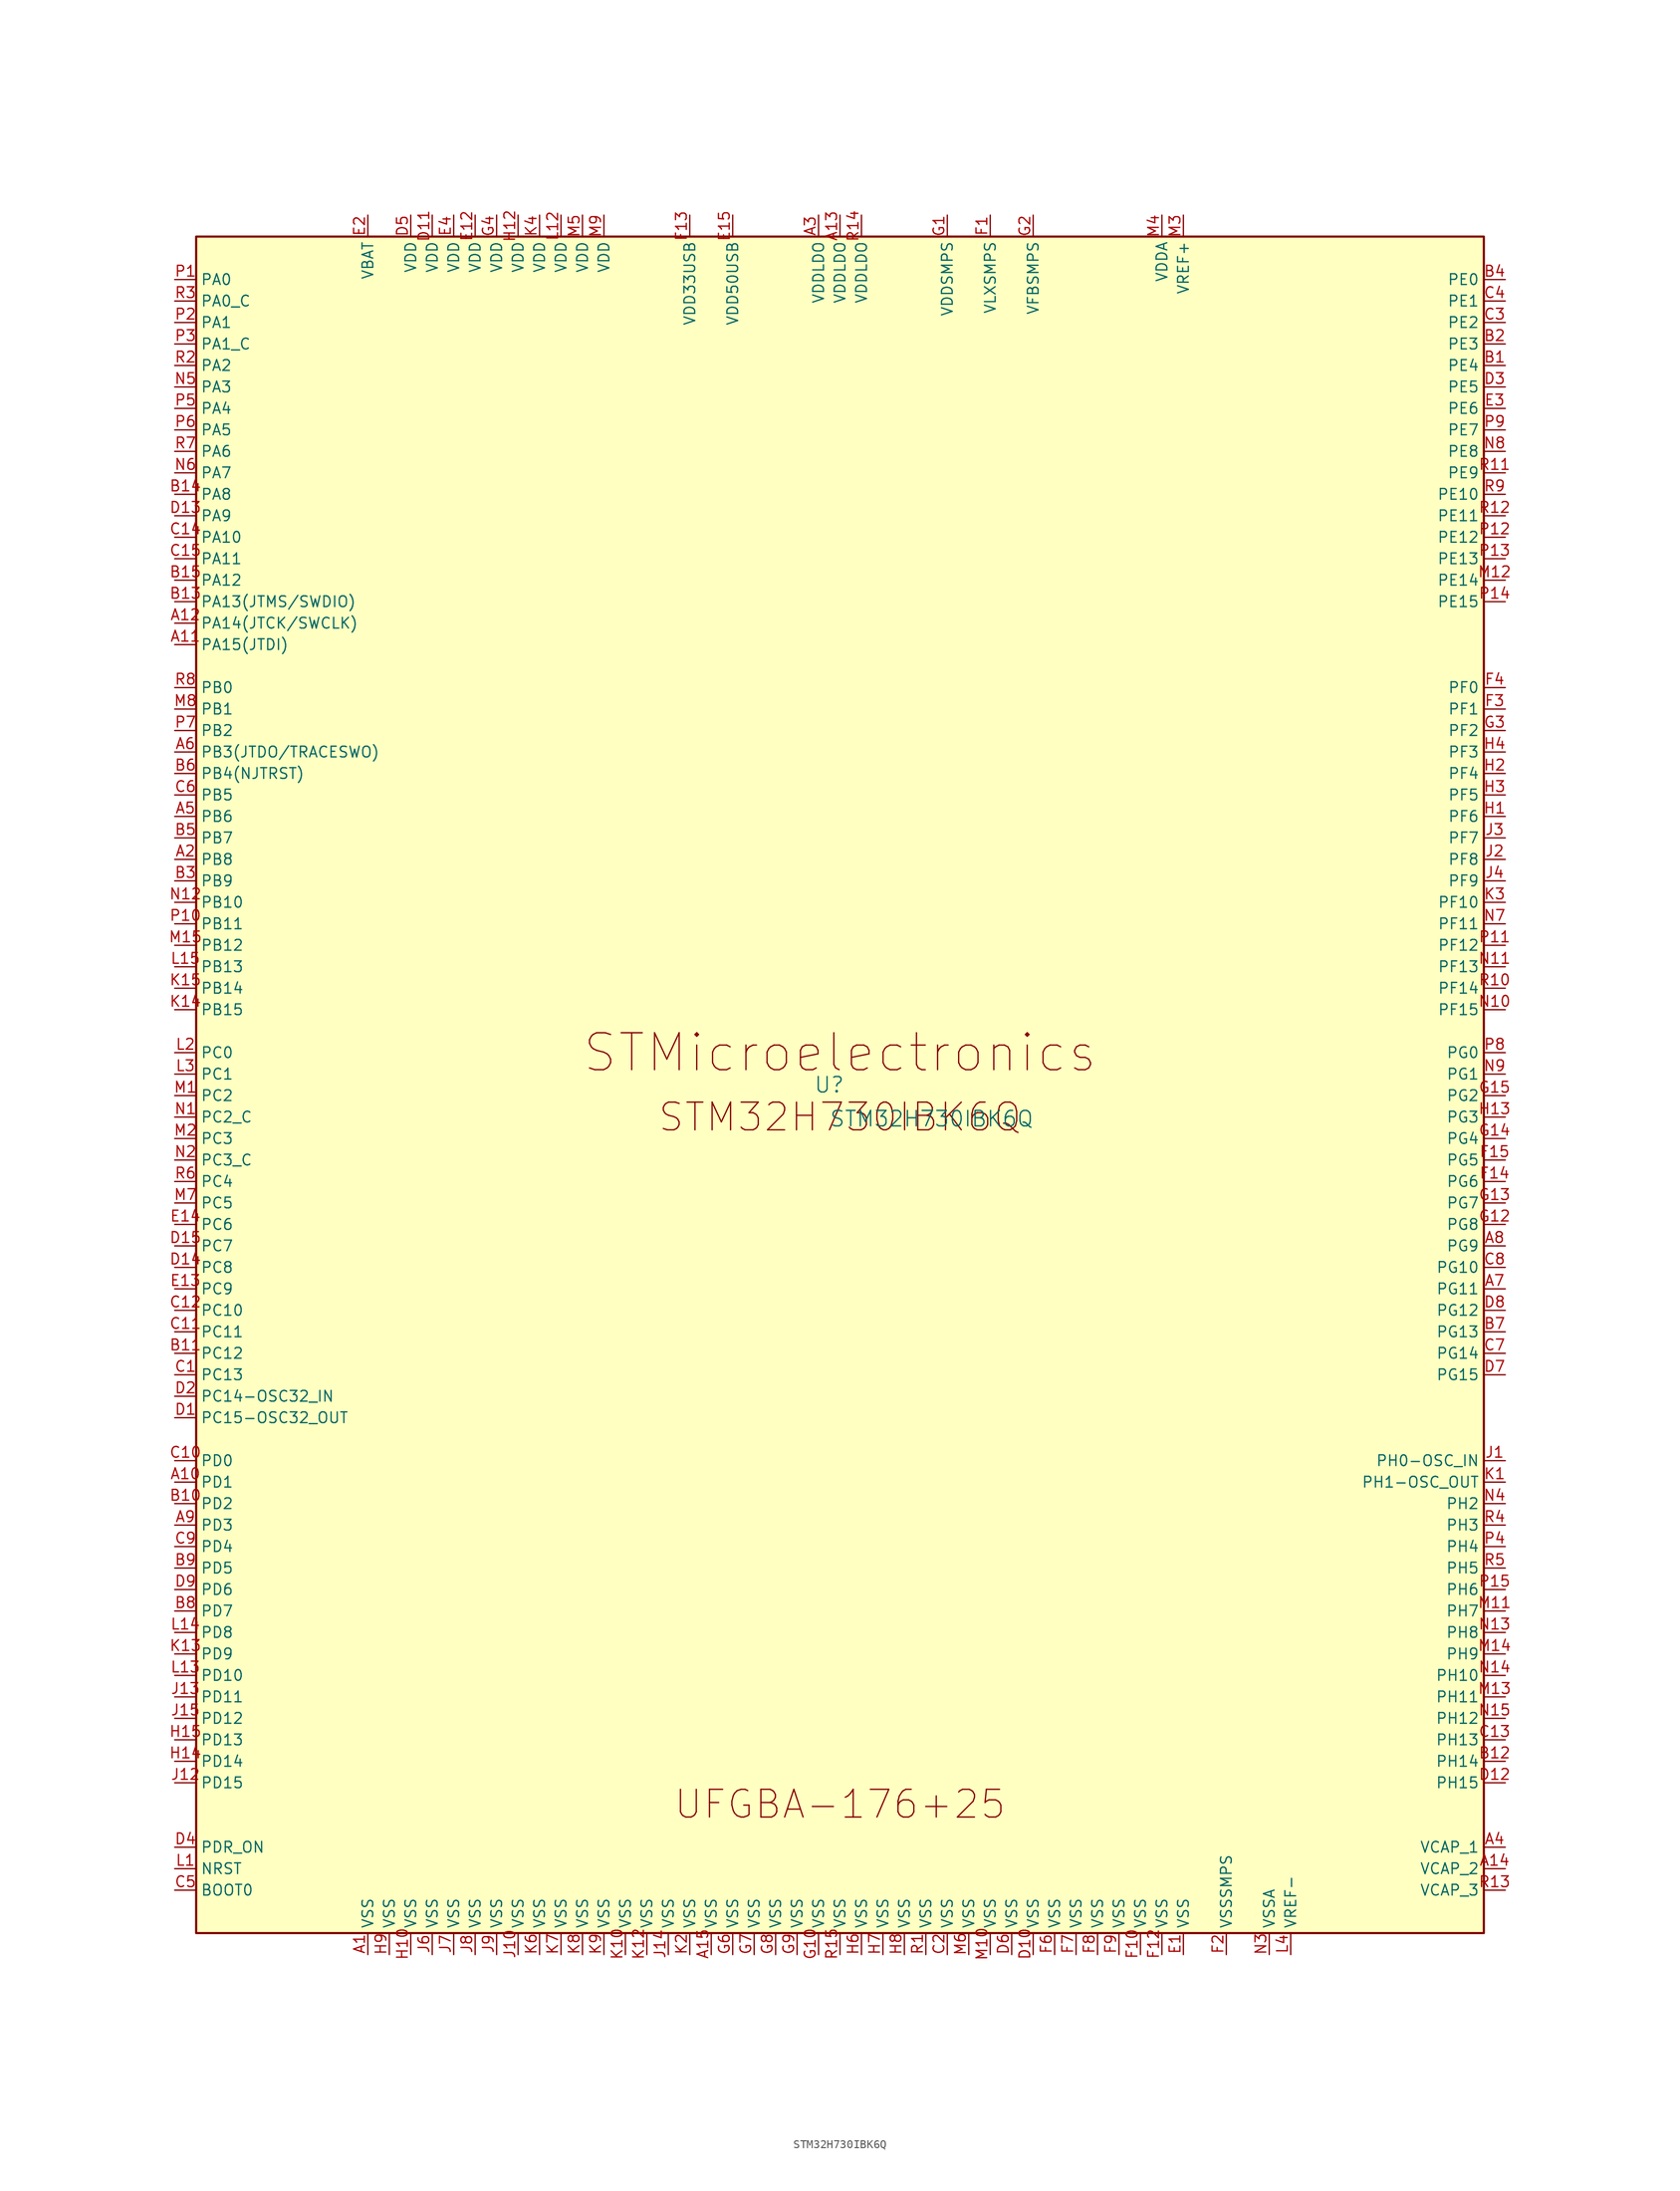
<source format=kicad_sym>
(kicad_symbol_lib
  (version 20231120)
  (generator "kicad_symbol_editor")
  (generator_version "8.0")
  (symbol "STM32H730IBK6Q"
    (property "Reference" "U"
      (at -1.27 1.27 0)
      (effects (font (size 1.829 1.829))))
    (property "Value" "STM32H730IBK6Q"
      (at -1.27 -3.81 0)
      (effects (font (size 1.829 1.829)) (justify left bottom)))
    (symbol "STM32H730IBK6Q_1_0"
      (rectangle (start 76.2 101.6) (end -76.2 -99.06) (stroke (width 0.254) (type solid) (color 128 0 0 1)) (fill (type background)))
      (text "STM32H730IBK6Q" (at 0 -2.54 0) (effects (font (size 3.277 3.277))))
      (text "STMicroelectronics" (at 0 5.08 0) (effects (font (size 4.369 4.369))))
      (text "UFGBA-176+25" (at 0 -83.82 0) (effects (font (size 3.277 3.277))))
      (pin passive line (at -55.88 -101.6 90) (length 2.54) (name "VSS" (effects (font (size 1.27 1.27)))) (number "A1" (effects (font (size 1.27 1.27)))))
      (pin passive line (at -78.74 -45.72 0) (length 2.54) (name "PD1" (effects (font (size 1.27 1.27)))) (number "A10" (effects (font (size 1.27 1.27)))))
      (pin passive line (at -78.74 53.34 0) (length 2.54) (name "PA15(JTDI)" (effects (font (size 1.27 1.27)))) (number "A11" (effects (font (size 1.27 1.27)))))
      (pin passive line (at -78.74 55.88 0) (length 2.54) (name "PA14(JTCK/SWCLK)" (effects (font (size 1.27 1.27)))) (number "A12" (effects (font (size 1.27 1.27)))))
      (pin passive line (at 0 104.14 270) (length 2.54) (name "VDDLDO" (effects (font (size 1.27 1.27)))) (number "A13" (effects (font (size 1.27 1.27)))))
      (pin passive line (at 78.74 -91.44 180) (length 2.54) (name "VCAP_2" (effects (font (size 1.27 1.27)))) (number "A14" (effects (font (size 1.27 1.27)))))
      (pin passive line (at -15.24 -101.6 90) (length 2.54) (name "VSS" (effects (font (size 1.27 1.27)))) (number "A15" (effects (font (size 1.27 1.27)))))
      (pin passive line (at -78.74 27.94 0) (length 2.54) (name "PB8" (effects (font (size 1.27 1.27)))) (number "A2" (effects (font (size 1.27 1.27)))))
      (pin passive line (at -2.54 104.14 270) (length 2.54) (name "VDDLDO" (effects (font (size 1.27 1.27)))) (number "A3" (effects (font (size 1.27 1.27)))))
      (pin passive line (at 78.74 -88.9 180) (length 2.54) (name "VCAP_1" (effects (font (size 1.27 1.27)))) (number "A4" (effects (font (size 1.27 1.27)))))
      (pin passive line (at -78.74 33.02 0) (length 2.54) (name "PB6" (effects (font (size 1.27 1.27)))) (number "A5" (effects (font (size 1.27 1.27)))))
      (pin passive line (at -78.74 40.64 0) (length 2.54) (name "PB3(JTDO/TRACESWO)" (effects (font (size 1.27 1.27)))) (number "A6" (effects (font (size 1.27 1.27)))))
      (pin passive line (at 78.74 -22.86 180) (length 2.54) (name "PG11" (effects (font (size 1.27 1.27)))) (number "A7" (effects (font (size 1.27 1.27)))))
      (pin passive line (at 78.74 -17.78 180) (length 2.54) (name "PG9" (effects (font (size 1.27 1.27)))) (number "A8" (effects (font (size 1.27 1.27)))))
      (pin passive line (at -78.74 -50.8 0) (length 2.54) (name "PD3" (effects (font (size 1.27 1.27)))) (number "A9" (effects (font (size 1.27 1.27)))))
      (pin passive line (at 78.74 86.36 180) (length 2.54) (name "PE4" (effects (font (size 1.27 1.27)))) (number "B1" (effects (font (size 1.27 1.27)))))
      (pin passive line (at -78.74 -48.26 0) (length 2.54) (name "PD2" (effects (font (size 1.27 1.27)))) (number "B10" (effects (font (size 1.27 1.27)))))
      (pin passive line (at -78.74 -30.48 0) (length 2.54) (name "PC12" (effects (font (size 1.27 1.27)))) (number "B11" (effects (font (size 1.27 1.27)))))
      (pin passive line (at 78.74 -78.74 180) (length 2.54) (name "PH14" (effects (font (size 1.27 1.27)))) (number "B12" (effects (font (size 1.27 1.27)))))
      (pin passive line (at -78.74 58.42 0) (length 2.54) (name "PA13(JTMS/SWDIO)" (effects (font (size 1.27 1.27)))) (number "B13" (effects (font (size 1.27 1.27)))))
      (pin passive line (at -78.74 71.12 0) (length 2.54) (name "PA8" (effects (font (size 1.27 1.27)))) (number "B14" (effects (font (size 1.27 1.27)))))
      (pin passive line (at -78.74 60.96 0) (length 2.54) (name "PA12" (effects (font (size 1.27 1.27)))) (number "B15" (effects (font (size 1.27 1.27)))))
      (pin passive line (at 78.74 88.9 180) (length 2.54) (name "PE3" (effects (font (size 1.27 1.27)))) (number "B2" (effects (font (size 1.27 1.27)))))
      (pin passive line (at -78.74 25.4 0) (length 2.54) (name "PB9" (effects (font (size 1.27 1.27)))) (number "B3" (effects (font (size 1.27 1.27)))))
      (pin passive line (at 78.74 96.52 180) (length 2.54) (name "PE0" (effects (font (size 1.27 1.27)))) (number "B4" (effects (font (size 1.27 1.27)))))
      (pin passive line (at -78.74 30.48 0) (length 2.54) (name "PB7" (effects (font (size 1.27 1.27)))) (number "B5" (effects (font (size 1.27 1.27)))))
      (pin passive line (at -78.74 38.1 0) (length 2.54) (name "PB4(NJTRST)" (effects (font (size 1.27 1.27)))) (number "B6" (effects (font (size 1.27 1.27)))))
      (pin passive line (at 78.74 -27.94 180) (length 2.54) (name "PG13" (effects (font (size 1.27 1.27)))) (number "B7" (effects (font (size 1.27 1.27)))))
      (pin passive line (at -78.74 -60.96 0) (length 2.54) (name "PD7" (effects (font (size 1.27 1.27)))) (number "B8" (effects (font (size 1.27 1.27)))))
      (pin passive line (at -78.74 -55.88 0) (length 2.54) (name "PD5" (effects (font (size 1.27 1.27)))) (number "B9" (effects (font (size 1.27 1.27)))))
      (pin passive line (at -78.74 -33.02 0) (length 2.54) (name "PC13" (effects (font (size 1.27 1.27)))) (number "C1" (effects (font (size 1.27 1.27)))))
      (pin passive line (at -78.74 -43.18 0) (length 2.54) (name "PD0" (effects (font (size 1.27 1.27)))) (number "C10" (effects (font (size 1.27 1.27)))))
      (pin passive line (at -78.74 -27.94 0) (length 2.54) (name "PC11" (effects (font (size 1.27 1.27)))) (number "C11" (effects (font (size 1.27 1.27)))))
      (pin passive line (at -78.74 -25.4 0) (length 2.54) (name "PC10" (effects (font (size 1.27 1.27)))) (number "C12" (effects (font (size 1.27 1.27)))))
      (pin passive line (at 78.74 -76.2 180) (length 2.54) (name "PH13" (effects (font (size 1.27 1.27)))) (number "C13" (effects (font (size 1.27 1.27)))))
      (pin passive line (at -78.74 66.04 0) (length 2.54) (name "PA10" (effects (font (size 1.27 1.27)))) (number "C14" (effects (font (size 1.27 1.27)))))
      (pin passive line (at -78.74 63.5 0) (length 2.54) (name "PA11" (effects (font (size 1.27 1.27)))) (number "C15" (effects (font (size 1.27 1.27)))))
      (pin passive line (at 12.7 -101.6 90) (length 2.54) (name "VSS" (effects (font (size 1.27 1.27)))) (number "C2" (effects (font (size 1.27 1.27)))))
      (pin passive line (at 78.74 91.44 180) (length 2.54) (name "PE2" (effects (font (size 1.27 1.27)))) (number "C3" (effects (font (size 1.27 1.27)))))
      (pin passive line (at 78.74 93.98 180) (length 2.54) (name "PE1" (effects (font (size 1.27 1.27)))) (number "C4" (effects (font (size 1.27 1.27)))))
      (pin passive line (at -78.74 -93.98 0) (length 2.54) (name "BOOT0" (effects (font (size 1.27 1.27)))) (number "C5" (effects (font (size 1.27 1.27)))))
      (pin passive line (at -78.74 35.56 0) (length 2.54) (name "PB5" (effects (font (size 1.27 1.27)))) (number "C6" (effects (font (size 1.27 1.27)))))
      (pin passive line (at 78.74 -30.48 180) (length 2.54) (name "PG14" (effects (font (size 1.27 1.27)))) (number "C7" (effects (font (size 1.27 1.27)))))
      (pin passive line (at 78.74 -20.32 180) (length 2.54) (name "PG10" (effects (font (size 1.27 1.27)))) (number "C8" (effects (font (size 1.27 1.27)))))
      (pin passive line (at -78.74 -53.34 0) (length 2.54) (name "PD4" (effects (font (size 1.27 1.27)))) (number "C9" (effects (font (size 1.27 1.27)))))
      (pin passive line (at -78.74 -38.1 0) (length 2.54) (name "PC15-OSC32_OUT" (effects (font (size 1.27 1.27)))) (number "D1" (effects (font (size 1.27 1.27)))))
      (pin passive line (at 22.86 -101.6 90) (length 2.54) (name "VSS" (effects (font (size 1.27 1.27)))) (number "D10" (effects (font (size 1.27 1.27)))))
      (pin passive line (at -48.26 104.14 270) (length 2.54) (name "VDD" (effects (font (size 1.27 1.27)))) (number "D11" (effects (font (size 1.27 1.27)))))
      (pin passive line (at 78.74 -81.28 180) (length 2.54) (name "PH15" (effects (font (size 1.27 1.27)))) (number "D12" (effects (font (size 1.27 1.27)))))
      (pin passive line (at -78.74 68.58 0) (length 2.54) (name "PA9" (effects (font (size 1.27 1.27)))) (number "D13" (effects (font (size 1.27 1.27)))))
      (pin passive line (at -78.74 -20.32 0) (length 2.54) (name "PC8" (effects (font (size 1.27 1.27)))) (number "D14" (effects (font (size 1.27 1.27)))))
      (pin passive line (at -78.74 -17.78 0) (length 2.54) (name "PC7" (effects (font (size 1.27 1.27)))) (number "D15" (effects (font (size 1.27 1.27)))))
      (pin passive line (at -78.74 -35.56 0) (length 2.54) (name "PC14-OSC32_IN" (effects (font (size 1.27 1.27)))) (number "D2" (effects (font (size 1.27 1.27)))))
      (pin passive line (at 78.74 83.82 180) (length 2.54) (name "PE5" (effects (font (size 1.27 1.27)))) (number "D3" (effects (font (size 1.27 1.27)))))
      (pin passive line (at -78.74 -88.9 0) (length 2.54) (name "PDR_ON" (effects (font (size 1.27 1.27)))) (number "D4" (effects (font (size 1.27 1.27)))))
      (pin passive line (at -50.8 104.14 270) (length 2.54) (name "VDD" (effects (font (size 1.27 1.27)))) (number "D5" (effects (font (size 1.27 1.27)))))
      (pin passive line (at 20.32 -101.6 90) (length 2.54) (name "VSS" (effects (font (size 1.27 1.27)))) (number "D6" (effects (font (size 1.27 1.27)))))
      (pin passive line (at 78.74 -33.02 180) (length 2.54) (name "PG15" (effects (font (size 1.27 1.27)))) (number "D7" (effects (font (size 1.27 1.27)))))
      (pin passive line (at 78.74 -25.4 180) (length 2.54) (name "PG12" (effects (font (size 1.27 1.27)))) (number "D8" (effects (font (size 1.27 1.27)))))
      (pin passive line (at -78.74 -58.42 0) (length 2.54) (name "PD6" (effects (font (size 1.27 1.27)))) (number "D9" (effects (font (size 1.27 1.27)))))
      (pin passive line (at 40.64 -101.6 90) (length 2.54) (name "VSS" (effects (font (size 1.27 1.27)))) (number "E1" (effects (font (size 1.27 1.27)))))
      (pin passive line (at -43.18 104.14 270) (length 2.54) (name "VDD" (effects (font (size 1.27 1.27)))) (number "E12" (effects (font (size 1.27 1.27)))))
      (pin passive line (at -78.74 -22.86 0) (length 2.54) (name "PC9" (effects (font (size 1.27 1.27)))) (number "E13" (effects (font (size 1.27 1.27)))))
      (pin passive line (at -78.74 -15.24 0) (length 2.54) (name "PC6" (effects (font (size 1.27 1.27)))) (number "E14" (effects (font (size 1.27 1.27)))))
      (pin passive line (at -12.7 104.14 270) (length 2.54) (name "VDD50USB" (effects (font (size 1.27 1.27)))) (number "E15" (effects (font (size 1.27 1.27)))))
      (pin passive line (at -55.88 104.14 270) (length 2.54) (name "VBAT" (effects (font (size 1.27 1.27)))) (number "E2" (effects (font (size 1.27 1.27)))))
      (pin passive line (at 78.74 81.28 180) (length 2.54) (name "PE6" (effects (font (size 1.27 1.27)))) (number "E3" (effects (font (size 1.27 1.27)))))
      (pin passive line (at -45.72 104.14 270) (length 2.54) (name "VDD" (effects (font (size 1.27 1.27)))) (number "E4" (effects (font (size 1.27 1.27)))))
      (pin passive line (at 17.78 104.14 270) (length 2.54) (name "VLXSMPS" (effects (font (size 1.27 1.27)))) (number "F1" (effects (font (size 1.27 1.27)))))
      (pin passive line (at 35.56 -101.6 90) (length 2.54) (name "VSS" (effects (font (size 1.27 1.27)))) (number "F10" (effects (font (size 1.27 1.27)))))
      (pin passive line (at 38.1 -101.6 90) (length 2.54) (name "VSS" (effects (font (size 1.27 1.27)))) (number "F12" (effects (font (size 1.27 1.27)))))
      (pin passive line (at -17.78 104.14 270) (length 2.54) (name "VDD33USB" (effects (font (size 1.27 1.27)))) (number "F13" (effects (font (size 1.27 1.27)))))
      (pin passive line (at 78.74 -10.16 180) (length 2.54) (name "PG6" (effects (font (size 1.27 1.27)))) (number "F14" (effects (font (size 1.27 1.27)))))
      (pin passive line (at 78.74 -7.62 180) (length 2.54) (name "PG5" (effects (font (size 1.27 1.27)))) (number "F15" (effects (font (size 1.27 1.27)))))
      (pin passive line (at 45.72 -101.6 90) (length 2.54) (name "VSSSMPS" (effects (font (size 1.27 1.27)))) (number "F2" (effects (font (size 1.27 1.27)))))
      (pin passive line (at 78.74 45.72 180) (length 2.54) (name "PF1" (effects (font (size 1.27 1.27)))) (number "F3" (effects (font (size 1.27 1.27)))))
      (pin passive line (at 78.74 48.26 180) (length 2.54) (name "PF0" (effects (font (size 1.27 1.27)))) (number "F4" (effects (font (size 1.27 1.27)))))
      (pin passive line (at 25.4 -101.6 90) (length 2.54) (name "VSS" (effects (font (size 1.27 1.27)))) (number "F6" (effects (font (size 1.27 1.27)))))
      (pin passive line (at 27.94 -101.6 90) (length 2.54) (name "VSS" (effects (font (size 1.27 1.27)))) (number "F7" (effects (font (size 1.27 1.27)))))
      (pin passive line (at 30.48 -101.6 90) (length 2.54) (name "VSS" (effects (font (size 1.27 1.27)))) (number "F8" (effects (font (size 1.27 1.27)))))
      (pin passive line (at 33.02 -101.6 90) (length 2.54) (name "VSS" (effects (font (size 1.27 1.27)))) (number "F9" (effects (font (size 1.27 1.27)))))
      (pin passive line (at 12.7 104.14 270) (length 2.54) (name "VDDSMPS" (effects (font (size 1.27 1.27)))) (number "G1" (effects (font (size 1.27 1.27)))))
      (pin passive line (at -2.54 -101.6 90) (length 2.54) (name "VSS" (effects (font (size 1.27 1.27)))) (number "G10" (effects (font (size 1.27 1.27)))))
      (pin passive line (at 78.74 -15.24 180) (length 2.54) (name "PG8" (effects (font (size 1.27 1.27)))) (number "G12" (effects (font (size 1.27 1.27)))))
      (pin passive line (at 78.74 -12.7 180) (length 2.54) (name "PG7" (effects (font (size 1.27 1.27)))) (number "G13" (effects (font (size 1.27 1.27)))))
      (pin passive line (at 78.74 -5.08 180) (length 2.54) (name "PG4" (effects (font (size 1.27 1.27)))) (number "G14" (effects (font (size 1.27 1.27)))))
      (pin passive line (at 78.74 0 180) (length 2.54) (name "PG2" (effects (font (size 1.27 1.27)))) (number "G15" (effects (font (size 1.27 1.27)))))
      (pin passive line (at 22.86 104.14 270) (length 2.54) (name "VFBSMPS" (effects (font (size 1.27 1.27)))) (number "G2" (effects (font (size 1.27 1.27)))))
      (pin passive line (at 78.74 43.18 180) (length 2.54) (name "PF2" (effects (font (size 1.27 1.27)))) (number "G3" (effects (font (size 1.27 1.27)))))
      (pin passive line (at -40.64 104.14 270) (length 2.54) (name "VDD" (effects (font (size 1.27 1.27)))) (number "G4" (effects (font (size 1.27 1.27)))))
      (pin passive line (at -12.7 -101.6 90) (length 2.54) (name "VSS" (effects (font (size 1.27 1.27)))) (number "G6" (effects (font (size 1.27 1.27)))))
      (pin passive line (at -10.16 -101.6 90) (length 2.54) (name "VSS" (effects (font (size 1.27 1.27)))) (number "G7" (effects (font (size 1.27 1.27)))))
      (pin passive line (at -7.62 -101.6 90) (length 2.54) (name "VSS" (effects (font (size 1.27 1.27)))) (number "G8" (effects (font (size 1.27 1.27)))))
      (pin passive line (at -5.08 -101.6 90) (length 2.54) (name "VSS" (effects (font (size 1.27 1.27)))) (number "G9" (effects (font (size 1.27 1.27)))))
      (pin passive line (at 78.74 33.02 180) (length 2.54) (name "PF6" (effects (font (size 1.27 1.27)))) (number "H1" (effects (font (size 1.27 1.27)))))
      (pin passive line (at -50.8 -101.6 90) (length 2.54) (name "VSS" (effects (font (size 1.27 1.27)))) (number "H10" (effects (font (size 1.27 1.27)))))
      (pin passive line (at -38.1 104.14 270) (length 2.54) (name "VDD" (effects (font (size 1.27 1.27)))) (number "H12" (effects (font (size 1.27 1.27)))))
      (pin passive line (at 78.74 -2.54 180) (length 2.54) (name "PG3" (effects (font (size 1.27 1.27)))) (number "H13" (effects (font (size 1.27 1.27)))))
      (pin passive line (at -78.74 -78.74 0) (length 2.54) (name "PD14" (effects (font (size 1.27 1.27)))) (number "H14" (effects (font (size 1.27 1.27)))))
      (pin passive line (at -78.74 -76.2 0) (length 2.54) (name "PD13" (effects (font (size 1.27 1.27)))) (number "H15" (effects (font (size 1.27 1.27)))))
      (pin passive line (at 78.74 38.1 180) (length 2.54) (name "PF4" (effects (font (size 1.27 1.27)))) (number "H2" (effects (font (size 1.27 1.27)))))
      (pin passive line (at 78.74 35.56 180) (length 2.54) (name "PF5" (effects (font (size 1.27 1.27)))) (number "H3" (effects (font (size 1.27 1.27)))))
      (pin passive line (at 78.74 40.64 180) (length 2.54) (name "PF3" (effects (font (size 1.27 1.27)))) (number "H4" (effects (font (size 1.27 1.27)))))
      (pin passive line (at 2.54 -101.6 90) (length 2.54) (name "VSS" (effects (font (size 1.27 1.27)))) (number "H6" (effects (font (size 1.27 1.27)))))
      (pin passive line (at 5.08 -101.6 90) (length 2.54) (name "VSS" (effects (font (size 1.27 1.27)))) (number "H7" (effects (font (size 1.27 1.27)))))
      (pin passive line (at 7.62 -101.6 90) (length 2.54) (name "VSS" (effects (font (size 1.27 1.27)))) (number "H8" (effects (font (size 1.27 1.27)))))
      (pin passive line (at -53.34 -101.6 90) (length 2.54) (name "VSS" (effects (font (size 1.27 1.27)))) (number "H9" (effects (font (size 1.27 1.27)))))
      (pin passive line (at 78.74 -43.18 180) (length 2.54) (name "PH0-OSC_IN" (effects (font (size 1.27 1.27)))) (number "J1" (effects (font (size 1.27 1.27)))))
      (pin passive line (at -38.1 -101.6 90) (length 2.54) (name "VSS" (effects (font (size 1.27 1.27)))) (number "J10" (effects (font (size 1.27 1.27)))))
      (pin passive line (at -78.74 -81.28 0) (length 2.54) (name "PD15" (effects (font (size 1.27 1.27)))) (number "J12" (effects (font (size 1.27 1.27)))))
      (pin passive line (at -78.74 -71.12 0) (length 2.54) (name "PD11" (effects (font (size 1.27 1.27)))) (number "J13" (effects (font (size 1.27 1.27)))))
      (pin passive line (at -20.32 -101.6 90) (length 2.54) (name "VSS" (effects (font (size 1.27 1.27)))) (number "J14" (effects (font (size 1.27 1.27)))))
      (pin passive line (at -78.74 -73.66 0) (length 2.54) (name "PD12" (effects (font (size 1.27 1.27)))) (number "J15" (effects (font (size 1.27 1.27)))))
      (pin passive line (at 78.74 27.94 180) (length 2.54) (name "PF8" (effects (font (size 1.27 1.27)))) (number "J2" (effects (font (size 1.27 1.27)))))
      (pin passive line (at 78.74 30.48 180) (length 2.54) (name "PF7" (effects (font (size 1.27 1.27)))) (number "J3" (effects (font (size 1.27 1.27)))))
      (pin passive line (at 78.74 25.4 180) (length 2.54) (name "PF9" (effects (font (size 1.27 1.27)))) (number "J4" (effects (font (size 1.27 1.27)))))
      (pin passive line (at -48.26 -101.6 90) (length 2.54) (name "VSS" (effects (font (size 1.27 1.27)))) (number "J6" (effects (font (size 1.27 1.27)))))
      (pin passive line (at -45.72 -101.6 90) (length 2.54) (name "VSS" (effects (font (size 1.27 1.27)))) (number "J7" (effects (font (size 1.27 1.27)))))
      (pin passive line (at -43.18 -101.6 90) (length 2.54) (name "VSS" (effects (font (size 1.27 1.27)))) (number "J8" (effects (font (size 1.27 1.27)))))
      (pin passive line (at -40.64 -101.6 90) (length 2.54) (name "VSS" (effects (font (size 1.27 1.27)))) (number "J9" (effects (font (size 1.27 1.27)))))
      (pin passive line (at 78.74 -45.72 180) (length 2.54) (name "PH1-OSC_OUT" (effects (font (size 1.27 1.27)))) (number "K1" (effects (font (size 1.27 1.27)))))
      (pin passive line (at -25.4 -101.6 90) (length 2.54) (name "VSS" (effects (font (size 1.27 1.27)))) (number "K10" (effects (font (size 1.27 1.27)))))
      (pin passive line (at -22.86 -101.6 90) (length 2.54) (name "VSS" (effects (font (size 1.27 1.27)))) (number "K12" (effects (font (size 1.27 1.27)))))
      (pin passive line (at -78.74 -66.04 0) (length 2.54) (name "PD9" (effects (font (size 1.27 1.27)))) (number "K13" (effects (font (size 1.27 1.27)))))
      (pin passive line (at -78.74 10.16 0) (length 2.54) (name "PB15" (effects (font (size 1.27 1.27)))) (number "K14" (effects (font (size 1.27 1.27)))))
      (pin passive line (at -78.74 12.7 0) (length 2.54) (name "PB14" (effects (font (size 1.27 1.27)))) (number "K15" (effects (font (size 1.27 1.27)))))
      (pin passive line (at -17.78 -101.6 90) (length 2.54) (name "VSS" (effects (font (size 1.27 1.27)))) (number "K2" (effects (font (size 1.27 1.27)))))
      (pin passive line (at 78.74 22.86 180) (length 2.54) (name "PF10" (effects (font (size 1.27 1.27)))) (number "K3" (effects (font (size 1.27 1.27)))))
      (pin passive line (at -35.56 104.14 270) (length 2.54) (name "VDD" (effects (font (size 1.27 1.27)))) (number "K4" (effects (font (size 1.27 1.27)))))
      (pin passive line (at -35.56 -101.6 90) (length 2.54) (name "VSS" (effects (font (size 1.27 1.27)))) (number "K6" (effects (font (size 1.27 1.27)))))
      (pin passive line (at -33.02 -101.6 90) (length 2.54) (name "VSS" (effects (font (size 1.27 1.27)))) (number "K7" (effects (font (size 1.27 1.27)))))
      (pin passive line (at -30.48 -101.6 90) (length 2.54) (name "VSS" (effects (font (size 1.27 1.27)))) (number "K8" (effects (font (size 1.27 1.27)))))
      (pin passive line (at -27.94 -101.6 90) (length 2.54) (name "VSS" (effects (font (size 1.27 1.27)))) (number "K9" (effects (font (size 1.27 1.27)))))
      (pin passive line (at -78.74 -91.44 0) (length 2.54) (name "NRST" (effects (font (size 1.27 1.27)))) (number "L1" (effects (font (size 1.27 1.27)))))
      (pin passive line (at -33.02 104.14 270) (length 2.54) (name "VDD" (effects (font (size 1.27 1.27)))) (number "L12" (effects (font (size 1.27 1.27)))))
      (pin passive line (at -78.74 -68.58 0) (length 2.54) (name "PD10" (effects (font (size 1.27 1.27)))) (number "L13" (effects (font (size 1.27 1.27)))))
      (pin passive line (at -78.74 -63.5 0) (length 2.54) (name "PD8" (effects (font (size 1.27 1.27)))) (number "L14" (effects (font (size 1.27 1.27)))))
      (pin passive line (at -78.74 15.24 0) (length 2.54) (name "PB13" (effects (font (size 1.27 1.27)))) (number "L15" (effects (font (size 1.27 1.27)))))
      (pin passive line (at -78.74 5.08 0) (length 2.54) (name "PC0" (effects (font (size 1.27 1.27)))) (number "L2" (effects (font (size 1.27 1.27)))))
      (pin passive line (at -78.74 2.54 0) (length 2.54) (name "PC1" (effects (font (size 1.27 1.27)))) (number "L3" (effects (font (size 1.27 1.27)))))
      (pin passive line (at 53.34 -101.6 90) (length 2.54) (name "VREF-" (effects (font (size 1.27 1.27)))) (number "L4" (effects (font (size 1.27 1.27)))))
      (pin passive line (at -78.74 0 0) (length 2.54) (name "PC2" (effects (font (size 1.27 1.27)))) (number "M1" (effects (font (size 1.27 1.27)))))
      (pin passive line (at 17.78 -101.6 90) (length 2.54) (name "VSS" (effects (font (size 1.27 1.27)))) (number "M10" (effects (font (size 1.27 1.27)))))
      (pin passive line (at 78.74 -60.96 180) (length 2.54) (name "PH7" (effects (font (size 1.27 1.27)))) (number "M11" (effects (font (size 1.27 1.27)))))
      (pin passive line (at 78.74 60.96 180) (length 2.54) (name "PE14" (effects (font (size 1.27 1.27)))) (number "M12" (effects (font (size 1.27 1.27)))))
      (pin passive line (at 78.74 -71.12 180) (length 2.54) (name "PH11" (effects (font (size 1.27 1.27)))) (number "M13" (effects (font (size 1.27 1.27)))))
      (pin passive line (at 78.74 -66.04 180) (length 2.54) (name "PH9" (effects (font (size 1.27 1.27)))) (number "M14" (effects (font (size 1.27 1.27)))))
      (pin passive line (at -78.74 17.78 0) (length 2.54) (name "PB12" (effects (font (size 1.27 1.27)))) (number "M15" (effects (font (size 1.27 1.27)))))
      (pin passive line (at -78.74 -5.08 0) (length 2.54) (name "PC3" (effects (font (size 1.27 1.27)))) (number "M2" (effects (font (size 1.27 1.27)))))
      (pin passive line (at 40.64 104.14 270) (length 2.54) (name "VREF+" (effects (font (size 1.27 1.27)))) (number "M3" (effects (font (size 1.27 1.27)))))
      (pin passive line (at 38.1 104.14 270) (length 2.54) (name "VDDA" (effects (font (size 1.27 1.27)))) (number "M4" (effects (font (size 1.27 1.27)))))
      (pin passive line (at -30.48 104.14 270) (length 2.54) (name "VDD" (effects (font (size 1.27 1.27)))) (number "M5" (effects (font (size 1.27 1.27)))))
      (pin passive line (at 15.24 -101.6 90) (length 2.54) (name "VSS" (effects (font (size 1.27 1.27)))) (number "M6" (effects (font (size 1.27 1.27)))))
      (pin passive line (at -78.74 -12.7 0) (length 2.54) (name "PC5" (effects (font (size 1.27 1.27)))) (number "M7" (effects (font (size 1.27 1.27)))))
      (pin passive line (at -78.74 45.72 0) (length 2.54) (name "PB1" (effects (font (size 1.27 1.27)))) (number "M8" (effects (font (size 1.27 1.27)))))
      (pin passive line (at -27.94 104.14 270) (length 2.54) (name "VDD" (effects (font (size 1.27 1.27)))) (number "M9" (effects (font (size 1.27 1.27)))))
      (pin passive line (at -78.74 -2.54 0) (length 2.54) (name "PC2_C" (effects (font (size 1.27 1.27)))) (number "N1" (effects (font (size 1.27 1.27)))))
      (pin passive line (at 78.74 10.16 180) (length 2.54) (name "PF15" (effects (font (size 1.27 1.27)))) (number "N10" (effects (font (size 1.27 1.27)))))
      (pin passive line (at 78.74 15.24 180) (length 2.54) (name "PF13" (effects (font (size 1.27 1.27)))) (number "N11" (effects (font (size 1.27 1.27)))))
      (pin passive line (at -78.74 22.86 0) (length 2.54) (name "PB10" (effects (font (size 1.27 1.27)))) (number "N12" (effects (font (size 1.27 1.27)))))
      (pin passive line (at 78.74 -63.5 180) (length 2.54) (name "PH8" (effects (font (size 1.27 1.27)))) (number "N13" (effects (font (size 1.27 1.27)))))
      (pin passive line (at 78.74 -68.58 180) (length 2.54) (name "PH10" (effects (font (size 1.27 1.27)))) (number "N14" (effects (font (size 1.27 1.27)))))
      (pin passive line (at 78.74 -73.66 180) (length 2.54) (name "PH12" (effects (font (size 1.27 1.27)))) (number "N15" (effects (font (size 1.27 1.27)))))
      (pin passive line (at -78.74 -7.62 0) (length 2.54) (name "PC3_C" (effects (font (size 1.27 1.27)))) (number "N2" (effects (font (size 1.27 1.27)))))
      (pin passive line (at 50.8 -101.6 90) (length 2.54) (name "VSSA" (effects (font (size 1.27 1.27)))) (number "N3" (effects (font (size 1.27 1.27)))))
      (pin passive line (at 78.74 -48.26 180) (length 2.54) (name "PH2" (effects (font (size 1.27 1.27)))) (number "N4" (effects (font (size 1.27 1.27)))))
      (pin passive line (at -78.74 83.82 0) (length 2.54) (name "PA3" (effects (font (size 1.27 1.27)))) (number "N5" (effects (font (size 1.27 1.27)))))
      (pin passive line (at -78.74 73.66 0) (length 2.54) (name "PA7" (effects (font (size 1.27 1.27)))) (number "N6" (effects (font (size 1.27 1.27)))))
      (pin passive line (at 78.74 20.32 180) (length 2.54) (name "PF11" (effects (font (size 1.27 1.27)))) (number "N7" (effects (font (size 1.27 1.27)))))
      (pin passive line (at 78.74 76.2 180) (length 2.54) (name "PE8" (effects (font (size 1.27 1.27)))) (number "N8" (effects (font (size 1.27 1.27)))))
      (pin passive line (at 78.74 2.54 180) (length 2.54) (name "PG1" (effects (font (size 1.27 1.27)))) (number "N9" (effects (font (size 1.27 1.27)))))
      (pin passive line (at -78.74 96.52 0) (length 2.54) (name "PA0" (effects (font (size 1.27 1.27)))) (number "P1" (effects (font (size 1.27 1.27)))))
      (pin passive line (at -78.74 20.32 0) (length 2.54) (name "PB11" (effects (font (size 1.27 1.27)))) (number "P10" (effects (font (size 1.27 1.27)))))
      (pin passive line (at 78.74 17.78 180) (length 2.54) (name "PF12" (effects (font (size 1.27 1.27)))) (number "P11" (effects (font (size 1.27 1.27)))))
      (pin passive line (at 78.74 66.04 180) (length 2.54) (name "PE12" (effects (font (size 1.27 1.27)))) (number "P12" (effects (font (size 1.27 1.27)))))
      (pin passive line (at 78.74 63.5 180) (length 2.54) (name "PE13" (effects (font (size 1.27 1.27)))) (number "P13" (effects (font (size 1.27 1.27)))))
      (pin passive line (at 78.74 58.42 180) (length 2.54) (name "PE15" (effects (font (size 1.27 1.27)))) (number "P14" (effects (font (size 1.27 1.27)))))
      (pin passive line (at 78.74 -58.42 180) (length 2.54) (name "PH6" (effects (font (size 1.27 1.27)))) (number "P15" (effects (font (size 1.27 1.27)))))
      (pin passive line (at -78.74 91.44 0) (length 2.54) (name "PA1" (effects (font (size 1.27 1.27)))) (number "P2" (effects (font (size 1.27 1.27)))))
      (pin passive line (at -78.74 88.9 0) (length 2.54) (name "PA1_C" (effects (font (size 1.27 1.27)))) (number "P3" (effects (font (size 1.27 1.27)))))
      (pin passive line (at 78.74 -53.34 180) (length 2.54) (name "PH4" (effects (font (size 1.27 1.27)))) (number "P4" (effects (font (size 1.27 1.27)))))
      (pin passive line (at -78.74 81.28 0) (length 2.54) (name "PA4" (effects (font (size 1.27 1.27)))) (number "P5" (effects (font (size 1.27 1.27)))))
      (pin passive line (at -78.74 78.74 0) (length 2.54) (name "PA5" (effects (font (size 1.27 1.27)))) (number "P6" (effects (font (size 1.27 1.27)))))
      (pin passive line (at -78.74 43.18 0) (length 2.54) (name "PB2" (effects (font (size 1.27 1.27)))) (number "P7" (effects (font (size 1.27 1.27)))))
      (pin passive line (at 78.74 5.08 180) (length 2.54) (name "PG0" (effects (font (size 1.27 1.27)))) (number "P8" (effects (font (size 1.27 1.27)))))
      (pin passive line (at 78.74 78.74 180) (length 2.54) (name "PE7" (effects (font (size 1.27 1.27)))) (number "P9" (effects (font (size 1.27 1.27)))))
      (pin passive line (at 10.16 -101.6 90) (length 2.54) (name "VSS" (effects (font (size 1.27 1.27)))) (number "R1" (effects (font (size 1.27 1.27)))))
      (pin passive line (at 78.74 12.7 180) (length 2.54) (name "PF14" (effects (font (size 1.27 1.27)))) (number "R10" (effects (font (size 1.27 1.27)))))
      (pin passive line (at 78.74 73.66 180) (length 2.54) (name "PE9" (effects (font (size 1.27 1.27)))) (number "R11" (effects (font (size 1.27 1.27)))))
      (pin passive line (at 78.74 68.58 180) (length 2.54) (name "PE11" (effects (font (size 1.27 1.27)))) (number "R12" (effects (font (size 1.27 1.27)))))
      (pin passive line (at 78.74 -93.98 180) (length 2.54) (name "VCAP_3" (effects (font (size 1.27 1.27)))) (number "R13" (effects (font (size 1.27 1.27)))))
      (pin passive line (at 2.54 104.14 270) (length 2.54) (name "VDDLDO" (effects (font (size 1.27 1.27)))) (number "R14" (effects (font (size 1.27 1.27)))))
      (pin passive line (at 0 -101.6 90) (length 2.54) (name "VSS" (effects (font (size 1.27 1.27)))) (number "R15" (effects (font (size 1.27 1.27)))))
      (pin passive line (at -78.74 86.36 0) (length 2.54) (name "PA2" (effects (font (size 1.27 1.27)))) (number "R2" (effects (font (size 1.27 1.27)))))
      (pin passive line (at -78.74 93.98 0) (length 2.54) (name "PA0_C" (effects (font (size 1.27 1.27)))) (number "R3" (effects (font (size 1.27 1.27)))))
      (pin passive line (at 78.74 -50.8 180) (length 2.54) (name "PH3" (effects (font (size 1.27 1.27)))) (number "R4" (effects (font (size 1.27 1.27)))))
      (pin passive line (at 78.74 -55.88 180) (length 2.54) (name "PH5" (effects (font (size 1.27 1.27)))) (number "R5" (effects (font (size 1.27 1.27)))))
      (pin passive line (at -78.74 -10.16 0) (length 2.54) (name "PC4" (effects (font (size 1.27 1.27)))) (number "R6" (effects (font (size 1.27 1.27)))))
      (pin passive line (at -78.74 76.2 0) (length 2.54) (name "PA6" (effects (font (size 1.27 1.27)))) (number "R7" (effects (font (size 1.27 1.27)))))
      (pin passive line (at -78.74 48.26 0) (length 2.54) (name "PB0" (effects (font (size 1.27 1.27)))) (number "R8" (effects (font (size 1.27 1.27)))))
      (pin passive line (at 78.74 71.12 180) (length 2.54) (name "PE10" (effects (font (size 1.27 1.27)))) (number "R9" (effects (font (size 1.27 1.27))))))))
</source>
